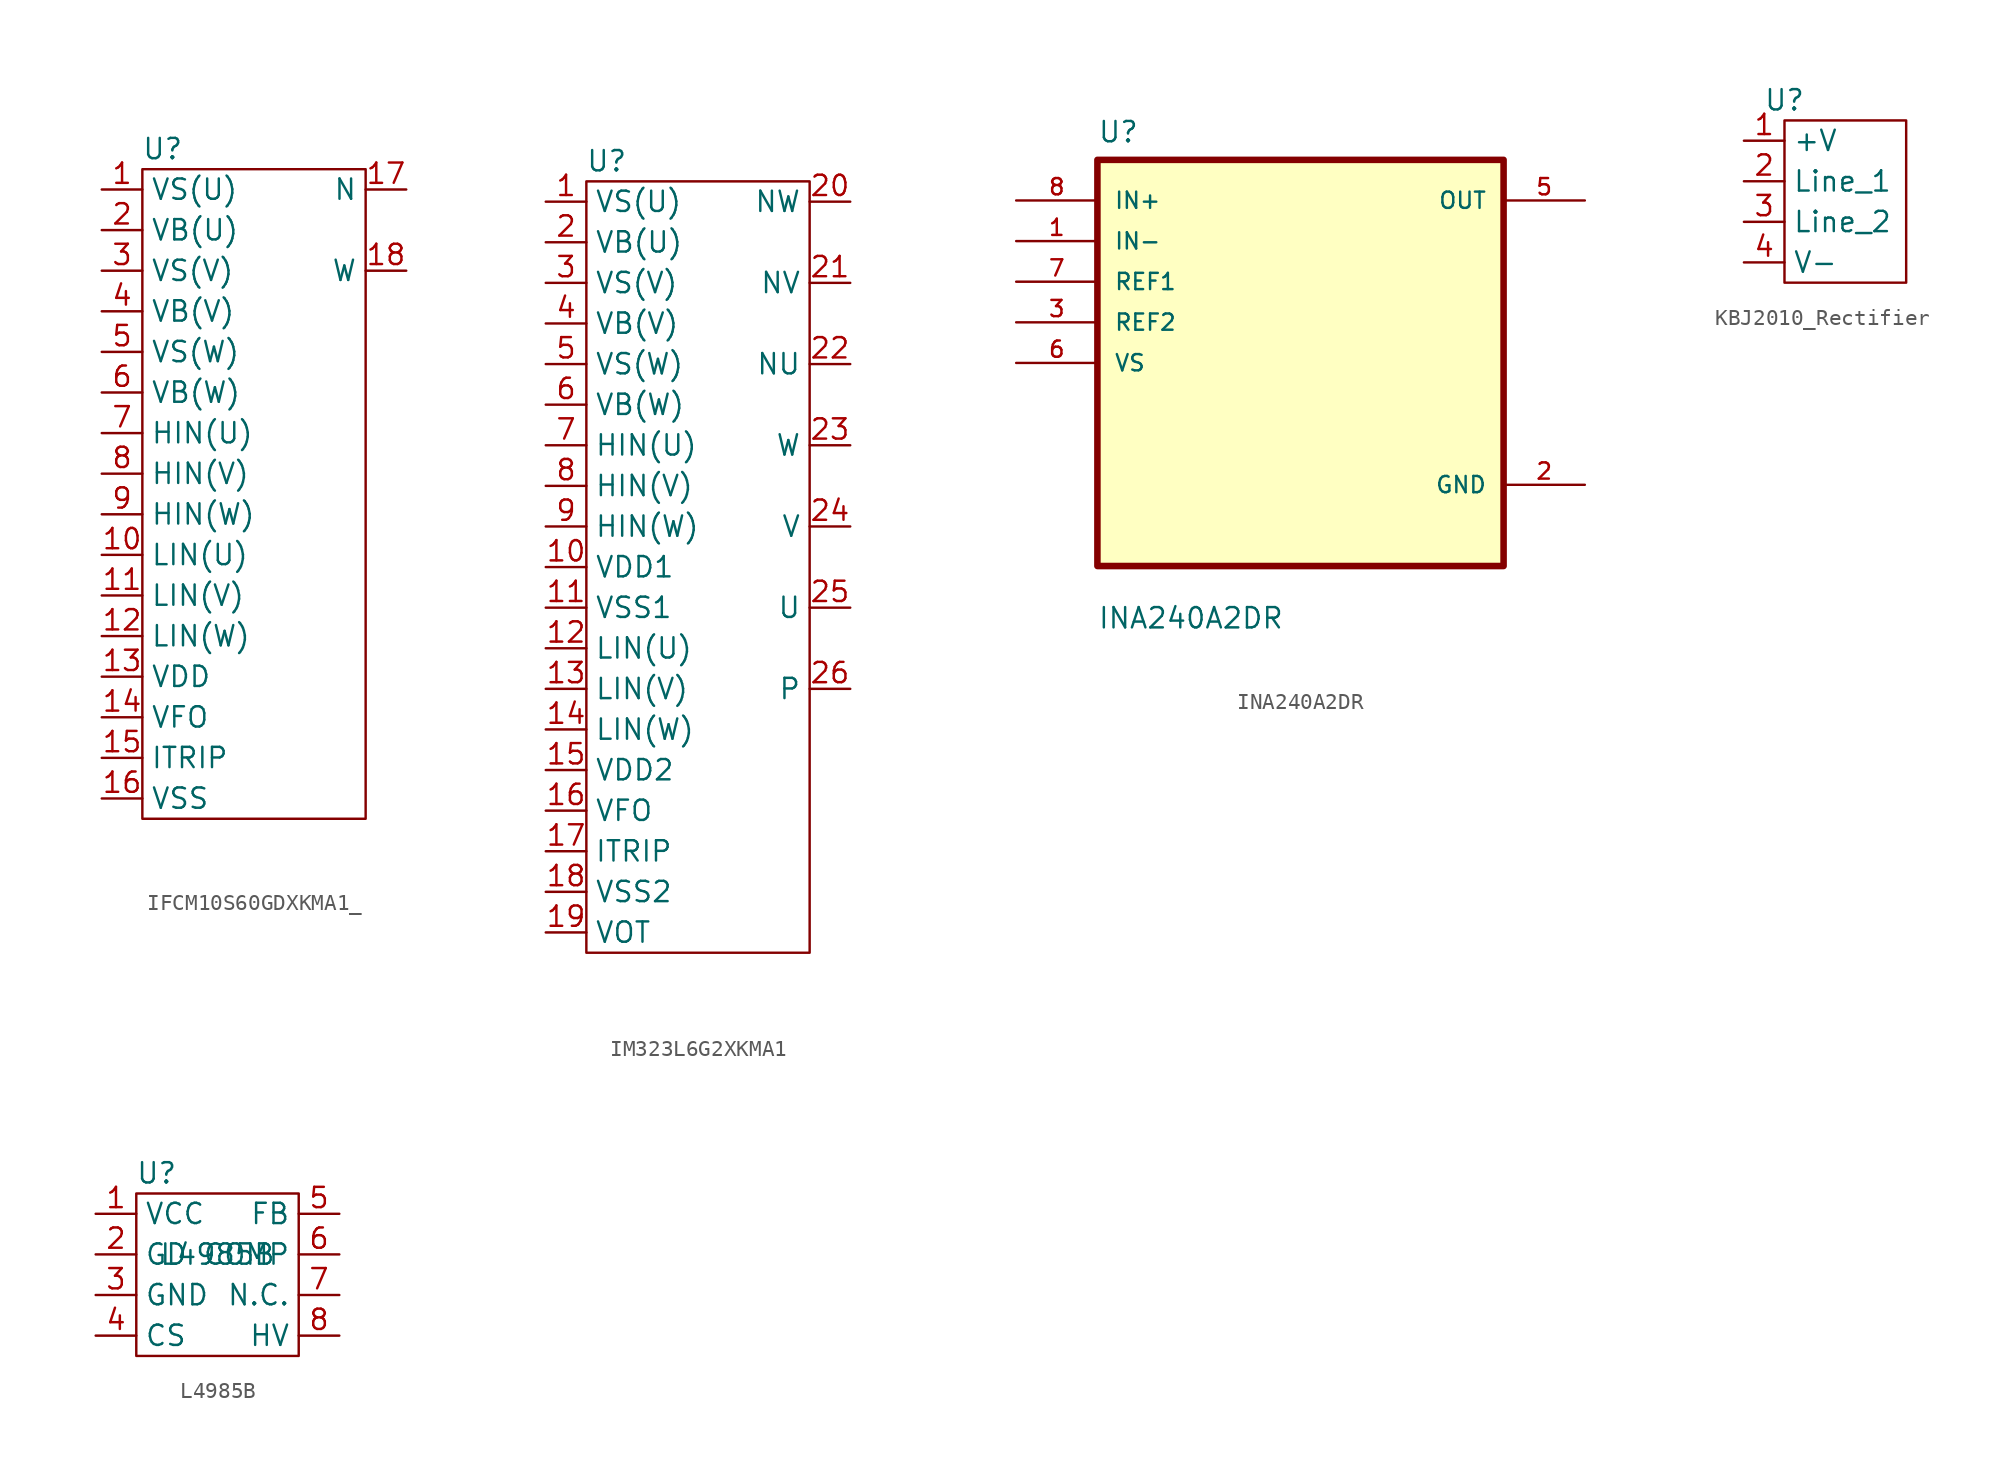
<source format=kicad_sym>
(kicad_symbol_lib
  (version 20220914)
  (generator kicad_symbol_editor)
  (symbol "IFCM10S60GDXKMA1_"
    (property "Reference" "U"
      (at -5.08 5.08 0)
      (effects (font (size 1.27 1.27))))
    (property "Value" ""
      (at -6.35 5.08 0)
      (effects (font (size 1.27 1.27))))
    (symbol "IFCM10S60GDXKMA1__0_1"
      (rectangle (start -6.35 3.81) (end 7.62 -36.83) (stroke (width 0) (type default)) (fill (type none))))
    (symbol "IFCM10S60GDXKMA1__1_1"
      (pin input line (at -8.89 2.54 0) (length 2.54) (name "VS(U)" (effects (font (size 1.27 1.27)))) (number "1" (effects (font (size 1.27 1.27)))))
      (pin input line (at -8.89 -20.32 0) (length 2.54) (name "LIN(U)" (effects (font (size 1.27 1.27)))) (number "10" (effects (font (size 1.27 1.27)))))
      (pin input line (at -8.89 -22.86 0) (length 2.54) (name "LIN(V)" (effects (font (size 1.27 1.27)))) (number "11" (effects (font (size 1.27 1.27)))))
      (pin input line (at -8.89 -25.4 0) (length 2.54) (name "LIN(W)" (effects (font (size 1.27 1.27)))) (number "12" (effects (font (size 1.27 1.27)))))
      (pin input line (at -8.89 -27.94 0) (length 2.54) (name "VDD" (effects (font (size 1.27 1.27)))) (number "13" (effects (font (size 1.27 1.27)))))
      (pin input line (at -8.89 -30.48 0) (length 2.54) (name "VFO" (effects (font (size 1.27 1.27)))) (number "14" (effects (font (size 1.27 1.27)))))
      (pin input line (at -8.89 -33.02 0) (length 2.54) (name "ITRIP" (effects (font (size 1.27 1.27)))) (number "15" (effects (font (size 1.27 1.27)))))
      (pin input line (at -8.89 -35.56 0) (length 2.54) (name "VSS" (effects (font (size 1.27 1.27)))) (number "16" (effects (font (size 1.27 1.27)))))
      (pin output line (at 10.16 2.54 180) (length 2.54) (name "N" (effects (font (size 1.27 1.27)))) (number "17" (effects (font (size 1.27 1.27)))))
      (pin output line (at 10.16 -2.54 180) (length 2.54) (name "W" (effects (font (size 1.27 1.27)))) (number "18" (effects (font (size 1.27 1.27)))))
      (pin input line (at -8.89 0 0) (length 2.54) (name "VB(U)" (effects (font (size 1.27 1.27)))) (number "2" (effects (font (size 1.27 1.27)))))
      (pin input line (at -8.89 -2.54 0) (length 2.54) (name "VS(V)" (effects (font (size 1.27 1.27)))) (number "3" (effects (font (size 1.27 1.27)))))
      (pin input line (at -8.89 -5.08 0) (length 2.54) (name "VB(V)" (effects (font (size 1.27 1.27)))) (number "4" (effects (font (size 1.27 1.27)))))
      (pin input line (at -8.89 -7.62 0) (length 2.54) (name "VS(W)" (effects (font (size 1.27 1.27)))) (number "5" (effects (font (size 1.27 1.27)))))
      (pin input line (at -8.89 -10.16 0) (length 2.54) (name "VB(W)" (effects (font (size 1.27 1.27)))) (number "6" (effects (font (size 1.27 1.27)))))
      (pin input line (at -8.89 -12.7 0) (length 2.54) (name "HIN(U)" (effects (font (size 1.27 1.27)))) (number "7" (effects (font (size 1.27 1.27)))))
      (pin input line (at -8.89 -15.24 0) (length 2.54) (name "HIN(V)" (effects (font (size 1.27 1.27)))) (number "8" (effects (font (size 1.27 1.27)))))
      (pin input line (at -8.89 -17.78 0) (length 2.54) (name "HIN(W)" (effects (font (size 1.27 1.27)))) (number "9" (effects (font (size 1.27 1.27)))))))
  (symbol "IM323L6G2XKMA1"
    (property "Reference" "U"
      (at -5.08 5.08 0)
      (effects (font (size 1.27 1.27))))
    (property "Value" ""
      (at -6.35 5.08 0)
      (effects (font (size 1.27 1.27))))
    (symbol "IM323L6G2XKMA1_0_1"
      (rectangle (start -6.35 3.81) (end 7.62 -44.45) (stroke (width 0) (type default)) (fill (type none))))
    (symbol "IM323L6G2XKMA1_1_1"
      (pin input line (at -8.89 2.54 0) (length 2.54) (name "VS(U)" (effects (font (size 1.27 1.27)))) (number "1" (effects (font (size 1.27 1.27)))))
      (pin input line (at -8.89 -20.32 0) (length 2.54) (name "VDD1" (effects (font (size 1.27 1.27)))) (number "10" (effects (font (size 1.27 1.27)))))
      (pin input line (at -8.89 -22.86 0) (length 2.54) (name "VSS1" (effects (font (size 1.27 1.27)))) (number "11" (effects (font (size 1.27 1.27)))))
      (pin input line (at -8.89 -25.4 0) (length 2.54) (name "LIN(U)" (effects (font (size 1.27 1.27)))) (number "12" (effects (font (size 1.27 1.27)))))
      (pin input line (at -8.89 -27.94 0) (length 2.54) (name "LIN(V)" (effects (font (size 1.27 1.27)))) (number "13" (effects (font (size 1.27 1.27)))))
      (pin input line (at -8.89 -30.48 0) (length 2.54) (name "LIN(W)" (effects (font (size 1.27 1.27)))) (number "14" (effects (font (size 1.27 1.27)))))
      (pin input line (at -8.89 -33.02 0) (length 2.54) (name "VDD2" (effects (font (size 1.27 1.27)))) (number "15" (effects (font (size 1.27 1.27)))))
      (pin input line (at -8.89 -35.56 0) (length 2.54) (name "VFO" (effects (font (size 1.27 1.27)))) (number "16" (effects (font (size 1.27 1.27)))))
      (pin input line (at -8.89 -38.1 0) (length 2.54) (name "ITRIP" (effects (font (size 1.27 1.27)))) (number "17" (effects (font (size 1.27 1.27)))))
      (pin input line (at -8.89 -40.64 0) (length 2.54) (name "VSS2" (effects (font (size 1.27 1.27)))) (number "18" (effects (font (size 1.27 1.27)))))
      (pin input line (at -8.89 -43.18 0) (length 2.54) (name "VOT" (effects (font (size 1.27 1.27)))) (number "19" (effects (font (size 1.27 1.27)))))
      (pin input line (at -8.89 0 0) (length 2.54) (name "VB(U)" (effects (font (size 1.27 1.27)))) (number "2" (effects (font (size 1.27 1.27)))))
      (pin output line (at 10.16 2.54 180) (length 2.54) (name "NW" (effects (font (size 1.27 1.27)))) (number "20" (effects (font (size 1.27 1.27)))))
      (pin output line (at 10.16 -2.54 180) (length 2.54) (name "NV" (effects (font (size 1.27 1.27)))) (number "21" (effects (font (size 1.27 1.27)))))
      (pin output line (at 10.16 -7.62 180) (length 2.54) (name "NU" (effects (font (size 1.27 1.27)))) (number "22" (effects (font (size 1.27 1.27)))))
      (pin output line (at 10.16 -12.7 180) (length 2.54) (name "W" (effects (font (size 1.27 1.27)))) (number "23" (effects (font (size 1.27 1.27)))))
      (pin output line (at 10.16 -17.78 180) (length 2.54) (name "V" (effects (font (size 1.27 1.27)))) (number "24" (effects (font (size 1.27 1.27)))))
      (pin output line (at 10.16 -22.86 180) (length 2.54) (name "U" (effects (font (size 1.27 1.27)))) (number "25" (effects (font (size 1.27 1.27)))))
      (pin output line (at 10.16 -27.94 180) (length 2.54) (name "P" (effects (font (size 1.27 1.27)))) (number "26" (effects (font (size 1.27 1.27)))))
      (pin input line (at -8.89 -2.54 0) (length 2.54) (name "VS(V)" (effects (font (size 1.27 1.27)))) (number "3" (effects (font (size 1.27 1.27)))))
      (pin input line (at -8.89 -5.08 0) (length 2.54) (name "VB(V)" (effects (font (size 1.27 1.27)))) (number "4" (effects (font (size 1.27 1.27)))))
      (pin input line (at -8.89 -7.62 0) (length 2.54) (name "VS(W)" (effects (font (size 1.27 1.27)))) (number "5" (effects (font (size 1.27 1.27)))))
      (pin input line (at -8.89 -10.16 0) (length 2.54) (name "VB(W)" (effects (font (size 1.27 1.27)))) (number "6" (effects (font (size 1.27 1.27)))))
      (pin input line (at -8.89 -12.7 0) (length 2.54) (name "HIN(U)" (effects (font (size 1.27 1.27)))) (number "7" (effects (font (size 1.27 1.27)))))
      (pin input line (at -8.89 -15.24 0) (length 2.54) (name "HIN(V)" (effects (font (size 1.27 1.27)))) (number "8" (effects (font (size 1.27 1.27)))))
      (pin input line (at -8.89 -17.78 0) (length 2.54) (name "HIN(W)" (effects (font (size 1.27 1.27)))) (number "9" (effects (font (size 1.27 1.27)))))))
  (symbol "INA240A2DR"
    (pin_names
      (offset 1.016))
    (property "Reference" "U"
      (at -12.7 13.7 0)
      (effects (font (size 1.27 1.27)) (justify left bottom)))
    (property "Value" "INA240A2DR"
      (at -12.7 -16.7 0)
      (effects (font (size 1.27 1.27)) (justify left bottom)))
    (symbol "INA240A2DR_0_0"
      (rectangle (start -12.7 -12.7) (end 12.7 12.7) (stroke (width 0.41) (type default)) (fill (type background)))
      (pin input line (at -17.78 7.62 0) (length 5.08) (name "IN-" (effects (font (size 1.016 1.016)))) (number "1" (effects (font (size 1.016 1.016)))))
      (pin power_in line (at 17.78 -7.62 180) (length 5.08) (name "GND" (effects (font (size 1.016 1.016)))) (number "2" (effects (font (size 1.016 1.016)))))
      (pin input line (at -17.78 2.54 0) (length 5.08) (name "REF2" (effects (font (size 1.016 1.016)))) (number "3" (effects (font (size 1.016 1.016)))))
      (pin output line (at 17.78 10.16 180) (length 5.08) (name "OUT" (effects (font (size 1.016 1.016)))) (number "5" (effects (font (size 1.016 1.016)))))
      (pin input line (at -17.78 0 0) (length 5.08) (name "VS" (effects (font (size 1.016 1.016)))) (number "6" (effects (font (size 1.016 1.016)))))
      (pin input line (at -17.78 5.08 0) (length 5.08) (name "REF1" (effects (font (size 1.016 1.016)))) (number "7" (effects (font (size 1.016 1.016)))))
      (pin input line (at -17.78 10.16 0) (length 5.08) (name "IN+" (effects (font (size 1.016 1.016)))) (number "8" (effects (font (size 1.016 1.016)))))))
  (symbol "KBJ2010_Rectifier"
    (property "Reference" "U"
      (at -1.27 2.54 0)
      (effects (font (size 1.27 1.27))))
    (property "Value" ""
      (at 0 0 0)
      (effects (font (size 1.27 1.27))))
    (symbol "KBJ2010_Rectifier_0_1"
      (rectangle (start -1.27 1.27) (end 6.35 -8.89) (stroke (width 0) (type default)) (fill (type none))))
    (symbol "KBJ2010_Rectifier_1_1"
      (pin output line (at -3.81 0 0) (length 2.54) (name "+V" (effects (font (size 1.27 1.27)))) (number "1" (effects (font (size 1.27 1.27)))))
      (pin output line (at -3.81 -2.54 0) (length 2.54) (name "Line_1" (effects (font (size 1.27 1.27)))) (number "2" (effects (font (size 1.27 1.27)))))
      (pin output line (at -3.81 -5.08 0) (length 2.54) (name "Line_2" (effects (font (size 1.27 1.27)))) (number "3" (effects (font (size 1.27 1.27)))))
      (pin output line (at -3.81 -7.62 0) (length 2.54) (name "V-" (effects (font (size 1.27 1.27)))) (number "4" (effects (font (size 1.27 1.27)))))))
  (symbol "L4985B"
    (property "Reference" "U"
      (at -3.81 5.08 0)
      (effects (font (size 1.27 1.27))))
    (property "Value" "L4985B"
      (at 0 0 0)
      (effects (font (size 1.27 1.27))))
    (symbol "L4985B_0_1"
      (rectangle (start -5.08 3.81) (end 5.08 -6.35) (stroke (width 0) (type default)) (fill (type none))))
    (symbol "L4985B_1_1"
      (pin input line (at -7.62 2.54 0) (length 2.54) (name "VCC" (effects (font (size 1.27 1.27)))) (number "1" (effects (font (size 1.27 1.27)))))
      (pin input line (at -7.62 0 0) (length 2.54) (name "GD" (effects (font (size 1.27 1.27)))) (number "2" (effects (font (size 1.27 1.27)))))
      (pin input line (at -7.62 -2.54 0) (length 2.54) (name "GND" (effects (font (size 1.27 1.27)))) (number "3" (effects (font (size 1.27 1.27)))))
      (pin input line (at -7.62 -5.08 0) (length 2.54) (name "CS" (effects (font (size 1.27 1.27)))) (number "4" (effects (font (size 1.27 1.27)))))
      (pin input line (at 7.62 2.54 180) (length 2.54) (name "FB" (effects (font (size 1.27 1.27)))) (number "5" (effects (font (size 1.27 1.27)))))
      (pin input line (at 7.62 0 180) (length 2.54) (name "COMP" (effects (font (size 1.27 1.27)))) (number "6" (effects (font (size 1.27 1.27)))))
      (pin input line (at 7.62 -2.54 180) (length 2.54) (name "N.C." (effects (font (size 1.27 1.27)))) (number "7" (effects (font (size 1.27 1.27)))))
      (pin input line (at 7.62 -5.08 180) (length 2.54) (name "HV" (effects (font (size 1.27 1.27)))) (number "8" (effects (font (size 1.27 1.27))))))))
</source>
